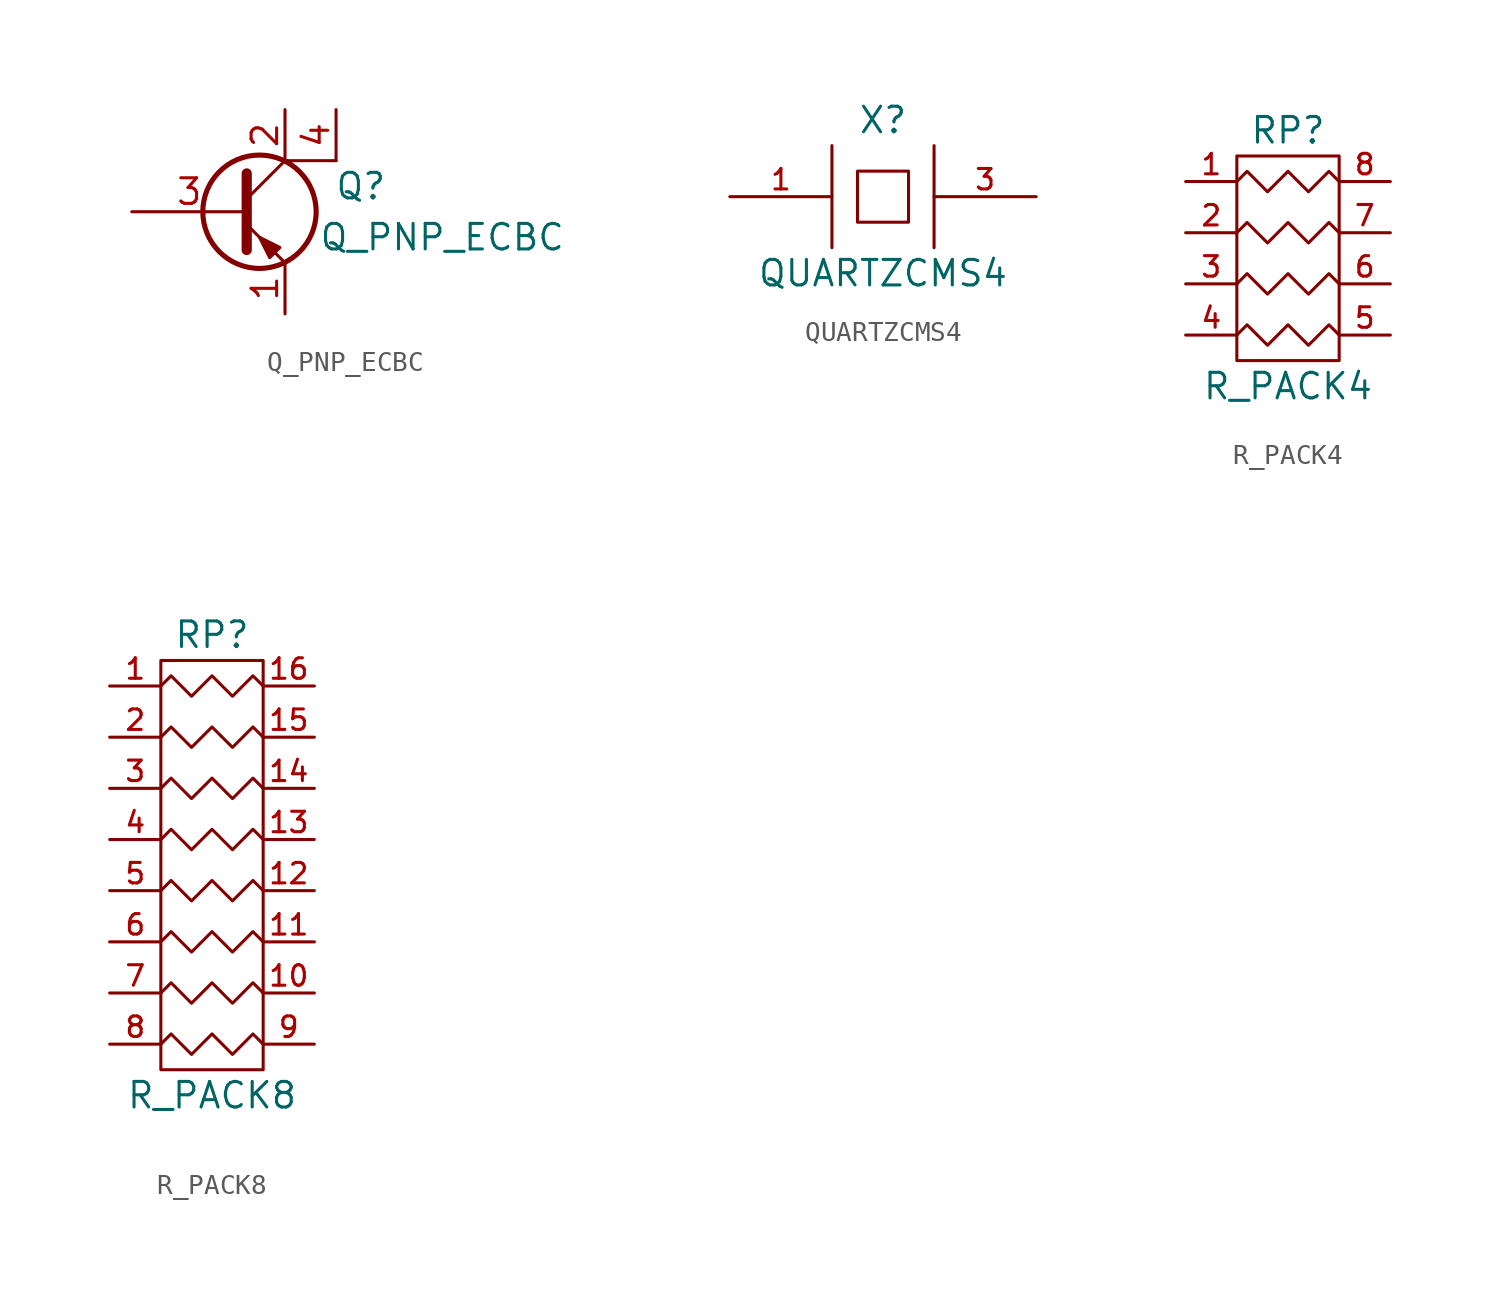
<source format=kicad_sym>
(kicad_symbol_lib
  (version 20211014)
  (generator kicad_symbol_editor)
  (symbol "Q_PNP_ECBC"
    (pin_names
      (offset 0) hide)
    (property "Reference" "Q"
      (at 7.62 1.27 0)
      (effects (font (size 1.27 1.27)) (justify right)))
    (property "Value" "Q_PNP_ECBC"
      (at 16.51 -1.27 0)
      (effects (font (size 1.27 1.27)) (justify right)))
    (property "Footprint" ""
      (at 5.08 2.54 0)
      (effects (font (size 0.737 0.737))))
    (property "Datasheet" ""
      (at 0 0 0)
      (effects (font (size 1.524 1.524))))
    (symbol "Q_PNP_ECBC_0_1"
      (polyline (pts (xy 0.635 0.635) (xy 2.54 2.54)) (stroke (width 0) (type default) (color 0 0 0 0)) (fill (type none)))
      (polyline (pts (xy 5.08 2.54) (xy 2.54 2.54)) (stroke (width 0) (type default) (color 0 0 0 0)) (fill (type none)))
      (polyline (pts (xy 0.635 -0.635) (xy 2.54 -2.54) (xy 2.54 -2.54)) (stroke (width 0) (type default) (color 0 0 0 0)) (fill (type none)))
      (polyline (pts (xy 0.635 1.905) (xy 0.635 -1.905) (xy 0.635 -1.905)) (stroke (width 0.508) (type default) (color 0 0 0 0)) (fill (type none)))
      (polyline (pts (xy 2.286 -1.778) (xy 1.778 -2.286) (xy 1.27 -1.27) (xy 2.286 -1.778) (xy 2.286 -1.778)) (stroke (width 0) (type default) (color 0 0 0 0)) (fill (type outline)))
      (circle (center 1.27 0) (radius 2.819) (stroke (width 0.254) (type default) (color 0 0 0 0)) (fill (type none))))
    (symbol "Q_PNP_ECBC_1_1"
      (pin passive line (at 2.54 -5.08 90) (length 2.54) (name "E" (effects (font (size 1.27 1.27)))) (number "1" (effects (font (size 1.27 1.27)))))
      (pin passive line (at 2.54 5.08 270) (length 2.54) (name "C" (effects (font (size 1.27 1.27)))) (number "2" (effects (font (size 1.27 1.27)))))
      (pin input line (at -5.08 0 0) (length 5.715) (name "B" (effects (font (size 1.27 1.27)))) (number "3" (effects (font (size 1.27 1.27)))))
      (pin passive line (at 5.08 5.08 270) (length 2.54) (name "C" (effects (font (size 1.27 1.27)))) (number "4" (effects (font (size 1.27 1.27)))))))
  (symbol "QUARTZCMS4"
    (pin_names
      (offset 1.016) hide)
    (property "Reference" "X"
      (at 0 3.81 0)
      (effects (font (size 1.27 1.27))))
    (property "Value" "QUARTZCMS4"
      (at 0 -3.81 0)
      (effects (font (size 1.27 1.27))))
    (property "Footprint" ""
      (at 0 0 0)
      (effects (font (size 1.524 1.524))))
    (property "Datasheet" ""
      (at 0 0 0)
      (effects (font (size 1.524 1.524))))
    (symbol "QUARTZCMS4_0_1"
      (polyline (pts (xy -2.54 2.54) (xy -2.54 -2.54)) (stroke (width 0) (type default) (color 0 0 0 0)) (fill (type none)))
      (polyline (pts (xy 2.54 2.54) (xy 2.54 -2.54)) (stroke (width 0) (type default) (color 0 0 0 0)) (fill (type none)))
      (polyline (pts (xy -1.27 1.27) (xy 1.27 1.27) (xy 1.27 -1.27) (xy -1.27 -1.27) (xy -1.27 1.27)) (stroke (width 0) (type default) (color 0 0 0 0)) (fill (type none))))
    (symbol "QUARTZCMS4_1_1"
      (pin passive line (at -7.62 0 0) (length 5.08) (name "1" (effects (font (size 1.016 1.016)))) (number "1" (effects (font (size 1.016 1.016)))))
      (pin passive line (at 7.62 0 180) (length 5.08) (name "3" (effects (font (size 1.016 1.016)))) (number "3" (effects (font (size 1.016 1.016)))))))
  (symbol "R_PACK4"
    (pin_names hide)
    (property "Reference" "RP"
      (at 0 11.43 0)
      (effects (font (size 1.27 1.27))))
    (property "Value" "R_PACK4"
      (at 0 -1.27 0)
      (effects (font (size 1.27 1.27))))
    (property "Footprint" ""
      (at 0 0 0)
      (effects (font (size 1.524 1.524))))
    (property "Datasheet" ""
      (at 0 0 0)
      (effects (font (size 1.524 1.524))))
    (symbol "R_PACK4_0_1"
      (polyline (pts (xy -2.54 10.16) (xy -2.54 0) (xy 2.54 0) (xy 2.54 10.16) (xy -2.54 10.16)) (stroke (width 0) (type default) (color 0 0 0 0)) (fill (type none)))
      (polyline (pts (xy -2.54 1.27) (xy -2.032 1.778) (xy -1.016 0.762) (xy 0 1.778) (xy 1.016 0.762) (xy 2.032 1.778) (xy 2.54 1.27)) (stroke (width 0) (type default) (color 0 0 0 0)) (fill (type none)))
      (polyline (pts (xy -2.54 3.81) (xy -2.032 4.318) (xy -1.016 3.302) (xy 0 4.318) (xy 1.016 3.302) (xy 2.032 4.318) (xy 2.54 3.81)) (stroke (width 0) (type default) (color 0 0 0 0)) (fill (type none)))
      (polyline (pts (xy -2.54 6.35) (xy -2.032 6.858) (xy -1.016 5.842) (xy 0 6.858) (xy 1.016 5.842) (xy 2.032 6.858) (xy 2.54 6.35)) (stroke (width 0) (type default) (color 0 0 0 0)) (fill (type none)))
      (polyline (pts (xy -2.54 8.89) (xy -2.032 9.398) (xy -1.016 8.382) (xy 0 9.398) (xy 1.016 8.382) (xy 2.032 9.398) (xy 2.54 8.89)) (stroke (width 0) (type default) (color 0 0 0 0)) (fill (type none))))
    (symbol "R_PACK4_1_1"
      (pin passive line (at -5.08 8.89 0) (length 2.54) (name "P1" (effects (font (size 1.016 1.016)))) (number "1" (effects (font (size 1.016 1.016)))))
      (pin passive line (at -5.08 6.35 0) (length 2.54) (name "P2" (effects (font (size 1.016 1.016)))) (number "2" (effects (font (size 1.016 1.016)))))
      (pin passive line (at -5.08 3.81 0) (length 2.54) (name "P3" (effects (font (size 1.016 1.016)))) (number "3" (effects (font (size 1.016 1.016)))))
      (pin passive line (at -5.08 1.27 0) (length 2.54) (name "P4" (effects (font (size 1.016 1.016)))) (number "4" (effects (font (size 1.016 1.016)))))
      (pin passive line (at 5.08 1.27 180) (length 2.54) (name "R4" (effects (font (size 1.016 1.016)))) (number "5" (effects (font (size 1.016 1.016)))))
      (pin passive line (at 5.08 3.81 180) (length 2.54) (name "R3" (effects (font (size 1.016 1.016)))) (number "6" (effects (font (size 1.016 1.016)))))
      (pin passive line (at 5.08 6.35 180) (length 2.54) (name "R2" (effects (font (size 1.016 1.016)))) (number "7" (effects (font (size 1.016 1.016)))))
      (pin passive line (at 5.08 8.89 180) (length 2.54) (name "R1" (effects (font (size 1.016 1.016)))) (number "8" (effects (font (size 1.016 1.016)))))))
  (symbol "R_PACK8"
    (pin_names hide)
    (property "Reference" "RP"
      (at 0 11.43 0)
      (effects (font (size 1.27 1.27))))
    (property "Value" "R_PACK8"
      (at 0 -11.43 0)
      (effects (font (size 1.27 1.27))))
    (property "Footprint" ""
      (at 0 0 0)
      (effects (font (size 1.524 1.524))))
    (property "Datasheet" ""
      (at 0 0 0)
      (effects (font (size 1.524 1.524))))
    (symbol "R_PACK8_0_1"
      (rectangle (start -2.54 10.16) (end 2.54 -10.16) (stroke (width 0) (type default) (color 0 0 0 0)) (fill (type none)))
      (polyline (pts (xy -2.54 -8.89) (xy -2.032 -8.382) (xy -1.016 -9.398) (xy 0 -8.382) (xy 1.016 -9.398) (xy 2.032 -8.382) (xy 2.54 -8.89)) (stroke (width 0) (type default) (color 0 0 0 0)) (fill (type none)))
      (polyline (pts (xy -2.54 -6.35) (xy -2.032 -5.842) (xy -1.016 -6.858) (xy 0 -5.842) (xy 1.016 -6.858) (xy 2.032 -5.842) (xy 2.54 -6.35)) (stroke (width 0) (type default) (color 0 0 0 0)) (fill (type none)))
      (polyline (pts (xy -2.54 -3.81) (xy -2.032 -3.302) (xy -1.016 -4.318) (xy 0 -3.302) (xy 1.016 -4.318) (xy 2.032 -3.302) (xy 2.54 -3.81)) (stroke (width 0) (type default) (color 0 0 0 0)) (fill (type none)))
      (polyline (pts (xy -2.54 -1.27) (xy -2.032 -0.762) (xy -1.016 -1.778) (xy 0 -0.762) (xy 1.016 -1.778) (xy 2.032 -0.762) (xy 2.54 -1.27)) (stroke (width 0) (type default) (color 0 0 0 0)) (fill (type none)))
      (polyline (pts (xy -2.54 1.27) (xy -2.032 1.778) (xy -1.016 0.762) (xy 0 1.778) (xy 1.016 0.762) (xy 2.032 1.778) (xy 2.54 1.27)) (stroke (width 0) (type default) (color 0 0 0 0)) (fill (type none)))
      (polyline (pts (xy -2.54 3.81) (xy -2.032 4.318) (xy -1.016 3.302) (xy 0 4.318) (xy 1.016 3.302) (xy 2.032 4.318) (xy 2.54 3.81)) (stroke (width 0) (type default) (color 0 0 0 0)) (fill (type none)))
      (polyline (pts (xy -2.54 6.35) (xy -2.032 6.858) (xy -1.016 5.842) (xy 0 6.858) (xy 1.016 5.842) (xy 2.032 6.858) (xy 2.54 6.35)) (stroke (width 0) (type default) (color 0 0 0 0)) (fill (type none)))
      (polyline (pts (xy -2.54 8.89) (xy -2.032 9.398) (xy -1.016 8.382) (xy 0 9.398) (xy 1.016 8.382) (xy 2.032 9.398) (xy 2.54 8.89)) (stroke (width 0) (type default) (color 0 0 0 0)) (fill (type none))))
    (symbol "R_PACK8_1_1"
      (pin passive line (at -5.08 8.89 0) (length 2.54) (name "P1" (effects (font (size 1.016 1.016)))) (number "1" (effects (font (size 1.016 1.016)))))
      (pin passive line (at 5.08 -6.35 180) (length 2.54) (name "R7" (effects (font (size 1.016 1.016)))) (number "10" (effects (font (size 1.016 1.016)))))
      (pin passive line (at 5.08 -3.81 180) (length 2.54) (name "R6" (effects (font (size 1.016 1.016)))) (number "11" (effects (font (size 1.016 1.016)))))
      (pin passive line (at 5.08 -1.27 180) (length 2.54) (name "R5" (effects (font (size 1.016 1.016)))) (number "12" (effects (font (size 1.016 1.016)))))
      (pin passive line (at 5.08 1.27 180) (length 2.54) (name "R4" (effects (font (size 1.016 1.016)))) (number "13" (effects (font (size 1.016 1.016)))))
      (pin passive line (at 5.08 3.81 180) (length 2.54) (name "R3" (effects (font (size 1.016 1.016)))) (number "14" (effects (font (size 1.016 1.016)))))
      (pin passive line (at 5.08 6.35 180) (length 2.54) (name "R2" (effects (font (size 1.016 1.016)))) (number "15" (effects (font (size 1.016 1.016)))))
      (pin passive line (at 5.08 8.89 180) (length 2.54) (name "R1" (effects (font (size 1.016 1.016)))) (number "16" (effects (font (size 1.016 1.016)))))
      (pin passive line (at -5.08 6.35 0) (length 2.54) (name "P2" (effects (font (size 1.016 1.016)))) (number "2" (effects (font (size 1.016 1.016)))))
      (pin passive line (at -5.08 3.81 0) (length 2.54) (name "P3" (effects (font (size 1.016 1.016)))) (number "3" (effects (font (size 1.016 1.016)))))
      (pin passive line (at -5.08 1.27 0) (length 2.54) (name "P4" (effects (font (size 1.016 1.016)))) (number "4" (effects (font (size 1.016 1.016)))))
      (pin passive line (at -5.08 -1.27 0) (length 2.54) (name "P5" (effects (font (size 1.016 1.016)))) (number "5" (effects (font (size 1.016 1.016)))))
      (pin passive line (at -5.08 -3.81 0) (length 2.54) (name "P6" (effects (font (size 1.016 1.016)))) (number "6" (effects (font (size 1.016 1.016)))))
      (pin passive line (at -5.08 -6.35 0) (length 2.54) (name "P7" (effects (font (size 1.016 1.016)))) (number "7" (effects (font (size 1.016 1.016)))))
      (pin passive line (at -5.08 -8.89 0) (length 2.54) (name "P8" (effects (font (size 1.016 1.016)))) (number "8" (effects (font (size 1.016 1.016)))))
      (pin passive line (at 5.08 -8.89 180) (length 2.54) (name "R8" (effects (font (size 1.016 1.016)))) (number "9" (effects (font (size 1.016 1.016))))))))
</source>
